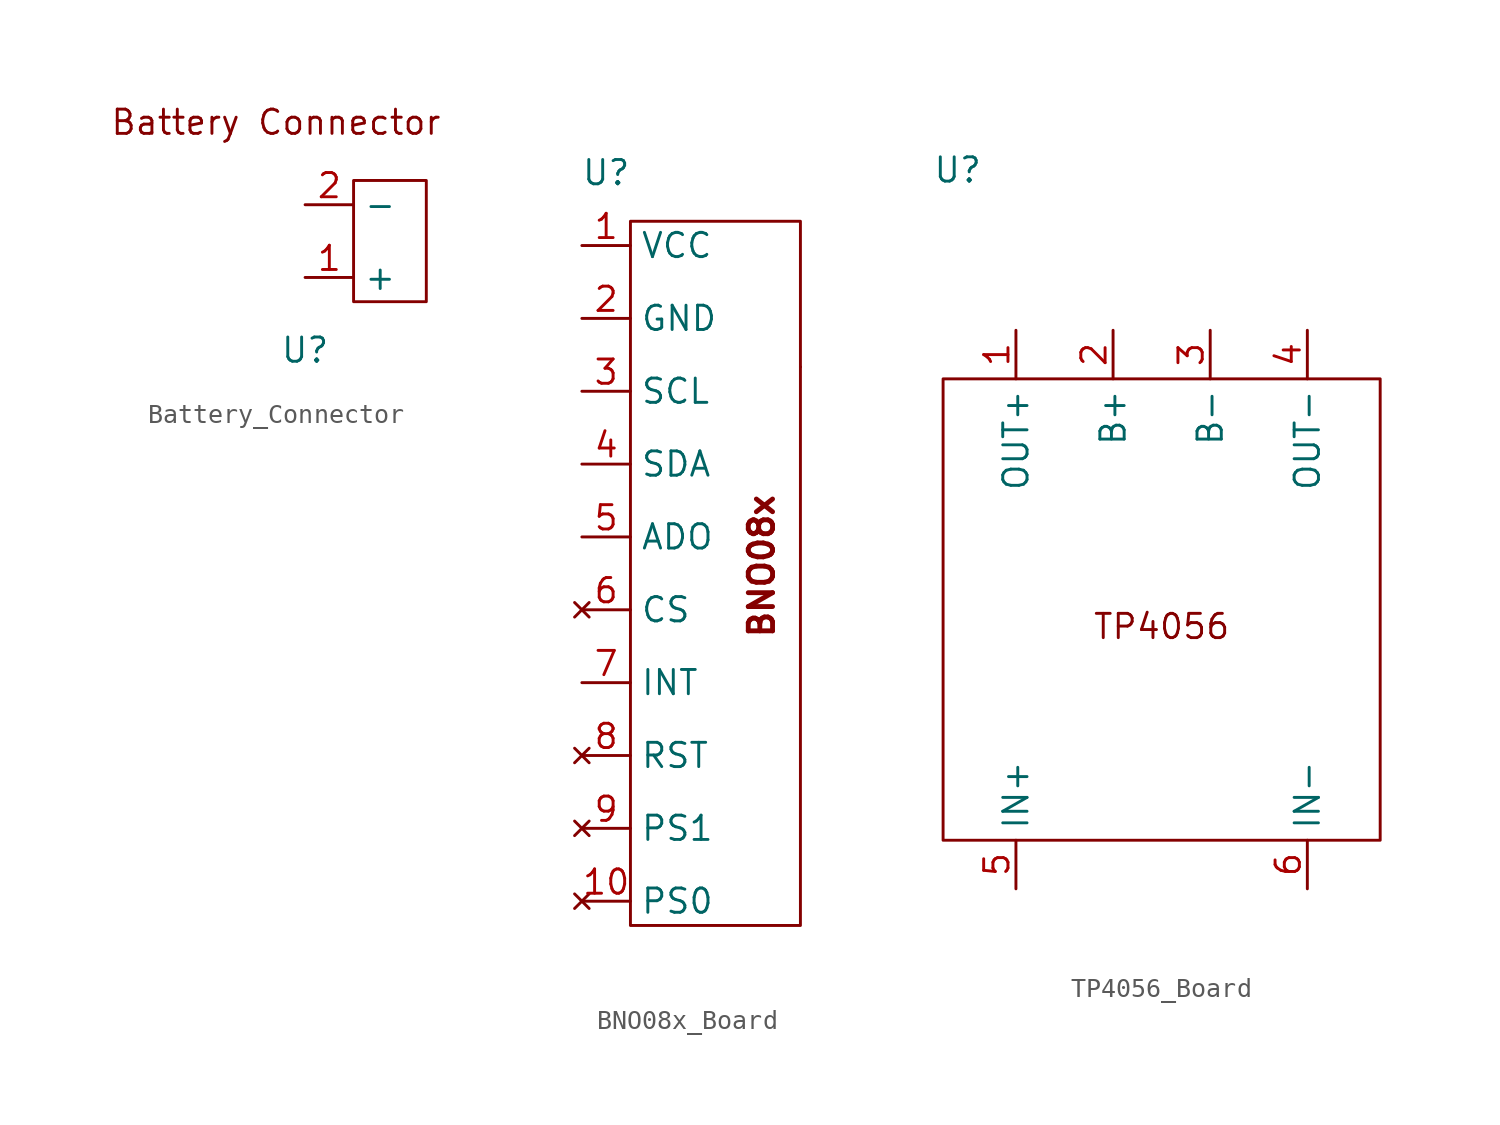
<source format=kicad_sym>
(kicad_symbol_lib
  (version 20241209)
  (generator "kicad_symbol_editor")
  (generator_version "9.0")
  (symbol "Battery_Connector"
    (property "Reference" "U"
      (at 3.81 0 0)
      (effects (font (size 1.27 1.27))))
    (property "Value" ""
      (at 0 0 0)
      (effects (font (size 1.27 1.27))))
    (symbol "Battery_Connector_0_1"
      (rectangle (start 6.35 8.89) (end 10.16 2.54) (stroke (width 0) (type default)) (fill (type none))))
    (symbol "Battery_Connector_1_1"
      (text "Battery Connector\n" (at 2.286 11.938 0) (effects (font (size 1.27 1.27))))
      (pin power_in line (at 3.81 7.62 0) (length 2.54) (name "-" (effects (font (size 1.27 1.27)))) (number "2" (effects (font (size 1.27 1.27)))))
      (pin power_in line (at 3.81 3.81 0) (length 2.54) (name "+" (effects (font (size 1.27 1.27)))) (number "1" (effects (font (size 1.27 1.27)))))))
  (symbol "BNO08x_Board"
    (property "Reference" "U"
      (at 0 0 0)
      (effects (font (size 1.27 1.27))))
    (property "Value" ""
      (at 0 0 0)
      (effects (font (size 1.27 1.27))))
    (symbol "BNO08x_Board_0_1"
      (rectangle (start 10.16 -10.16) (end 10.16 -10.16) (stroke (width 0) (type default)) (fill (type none))))
    (symbol "BNO08x_Board_1_1"
      (rectangle (start 1.27 -2.54) (end 10.16 -39.37) (stroke (width 0) (type solid)) (fill (type none)))
      (text "BNO08x" (at 8.128 -20.574 900) (effects (font (size 1.27 1.27) (thickness 0.254) (bold yes))))
      (pin power_in line (at -1.27 -3.81 0) (length 2.54) (name "VCC" (effects (font (size 1.27 1.27)))) (number "1" (effects (font (size 1.27 1.27)))))
      (pin power_out line (at -1.27 -7.62 0) (length 2.54) (name "GND" (effects (font (size 1.27 1.27)))) (number "2" (effects (font (size 1.27 1.27)))))
      (pin bidirectional line (at -1.27 -11.43 0) (length 2.54) (name "SCL" (effects (font (size 1.27 1.27)))) (number "3" (effects (font (size 1.27 1.27)))))
      (pin bidirectional line (at -1.27 -15.24 0) (length 2.54) (name "SDA" (effects (font (size 1.27 1.27)))) (number "4" (effects (font (size 1.27 1.27)))))
      (pin input line (at -1.27 -19.05 0) (length 2.54) (name "ADO" (effects (font (size 1.27 1.27)))) (number "5" (effects (font (size 1.27 1.27)))))
      (pin no_connect line (at -1.27 -22.86 0) (length 2.54) (name "CS" (effects (font (size 1.27 1.27)))) (number "6" (effects (font (size 1.27 1.27)))))
      (pin output line (at -1.27 -26.67 0) (length 2.54) (name "INT" (effects (font (size 1.27 1.27)))) (number "7" (effects (font (size 1.27 1.27)))))
      (pin no_connect line (at -1.27 -30.48 0) (length 2.54) (name "RST" (effects (font (size 1.27 1.27)))) (number "8" (effects (font (size 1.27 1.27)))))
      (pin no_connect line (at -1.27 -34.29 0) (length 2.54) (name "PS1" (effects (font (size 1.27 1.27)))) (number "9" (effects (font (size 1.27 1.27)))))
      (pin no_connect line (at -1.27 -38.1 0) (length 2.54) (name "PS0" (effects (font (size 1.27 1.27)))) (number "10" (effects (font (size 1.27 1.27)))))))
  (symbol "TP4056_Board"
    (property "Reference" "U"
      (at -10.668 9.652 0)
      (effects (font (size 1.27 1.27))))
    (property "Value" ""
      (at 0 0 0)
      (effects (font (size 1.27 1.27))))
    (symbol "TP4056_Board_0_1"
      (rectangle (start -11.43 -1.27) (end 11.43 -25.4) (stroke (width 0) (type default)) (fill (type none))))
    (symbol "TP4056_Board_1_1"
      (text "TP4056\n" (at 0 -14.224 0) (effects (font (size 1.27 1.27))))
      (pin power_out line (at -7.62 1.27 270) (length 2.54) (name "OUT+" (effects (font (size 1.27 1.27)))) (number "1" (effects (font (size 1.27 1.27)))))
      (pin power_in line (at -7.62 -27.94 90) (length 2.54) (name "IN+" (effects (font (size 1.27 1.27)))) (number "5" (effects (font (size 1.27 1.27)))))
      (pin power_out line (at -2.54 1.27 270) (length 2.54) (name "B+" (effects (font (size 1.27 1.27)))) (number "2" (effects (font (size 1.27 1.27)))))
      (pin power_out line (at 2.54 1.27 270) (length 2.54) (name "B-" (effects (font (size 1.27 1.27)))) (number "3" (effects (font (size 1.27 1.27)))))
      (pin power_out line (at 7.62 1.27 270) (length 2.54) (name "OUT-" (effects (font (size 1.27 1.27)))) (number "4" (effects (font (size 1.27 1.27)))))
      (pin power_in line (at 7.62 -27.94 90) (length 2.54) (name "IN-" (effects (font (size 1.27 1.27)))) (number "6" (effects (font (size 1.27 1.27))))))))
</source>
